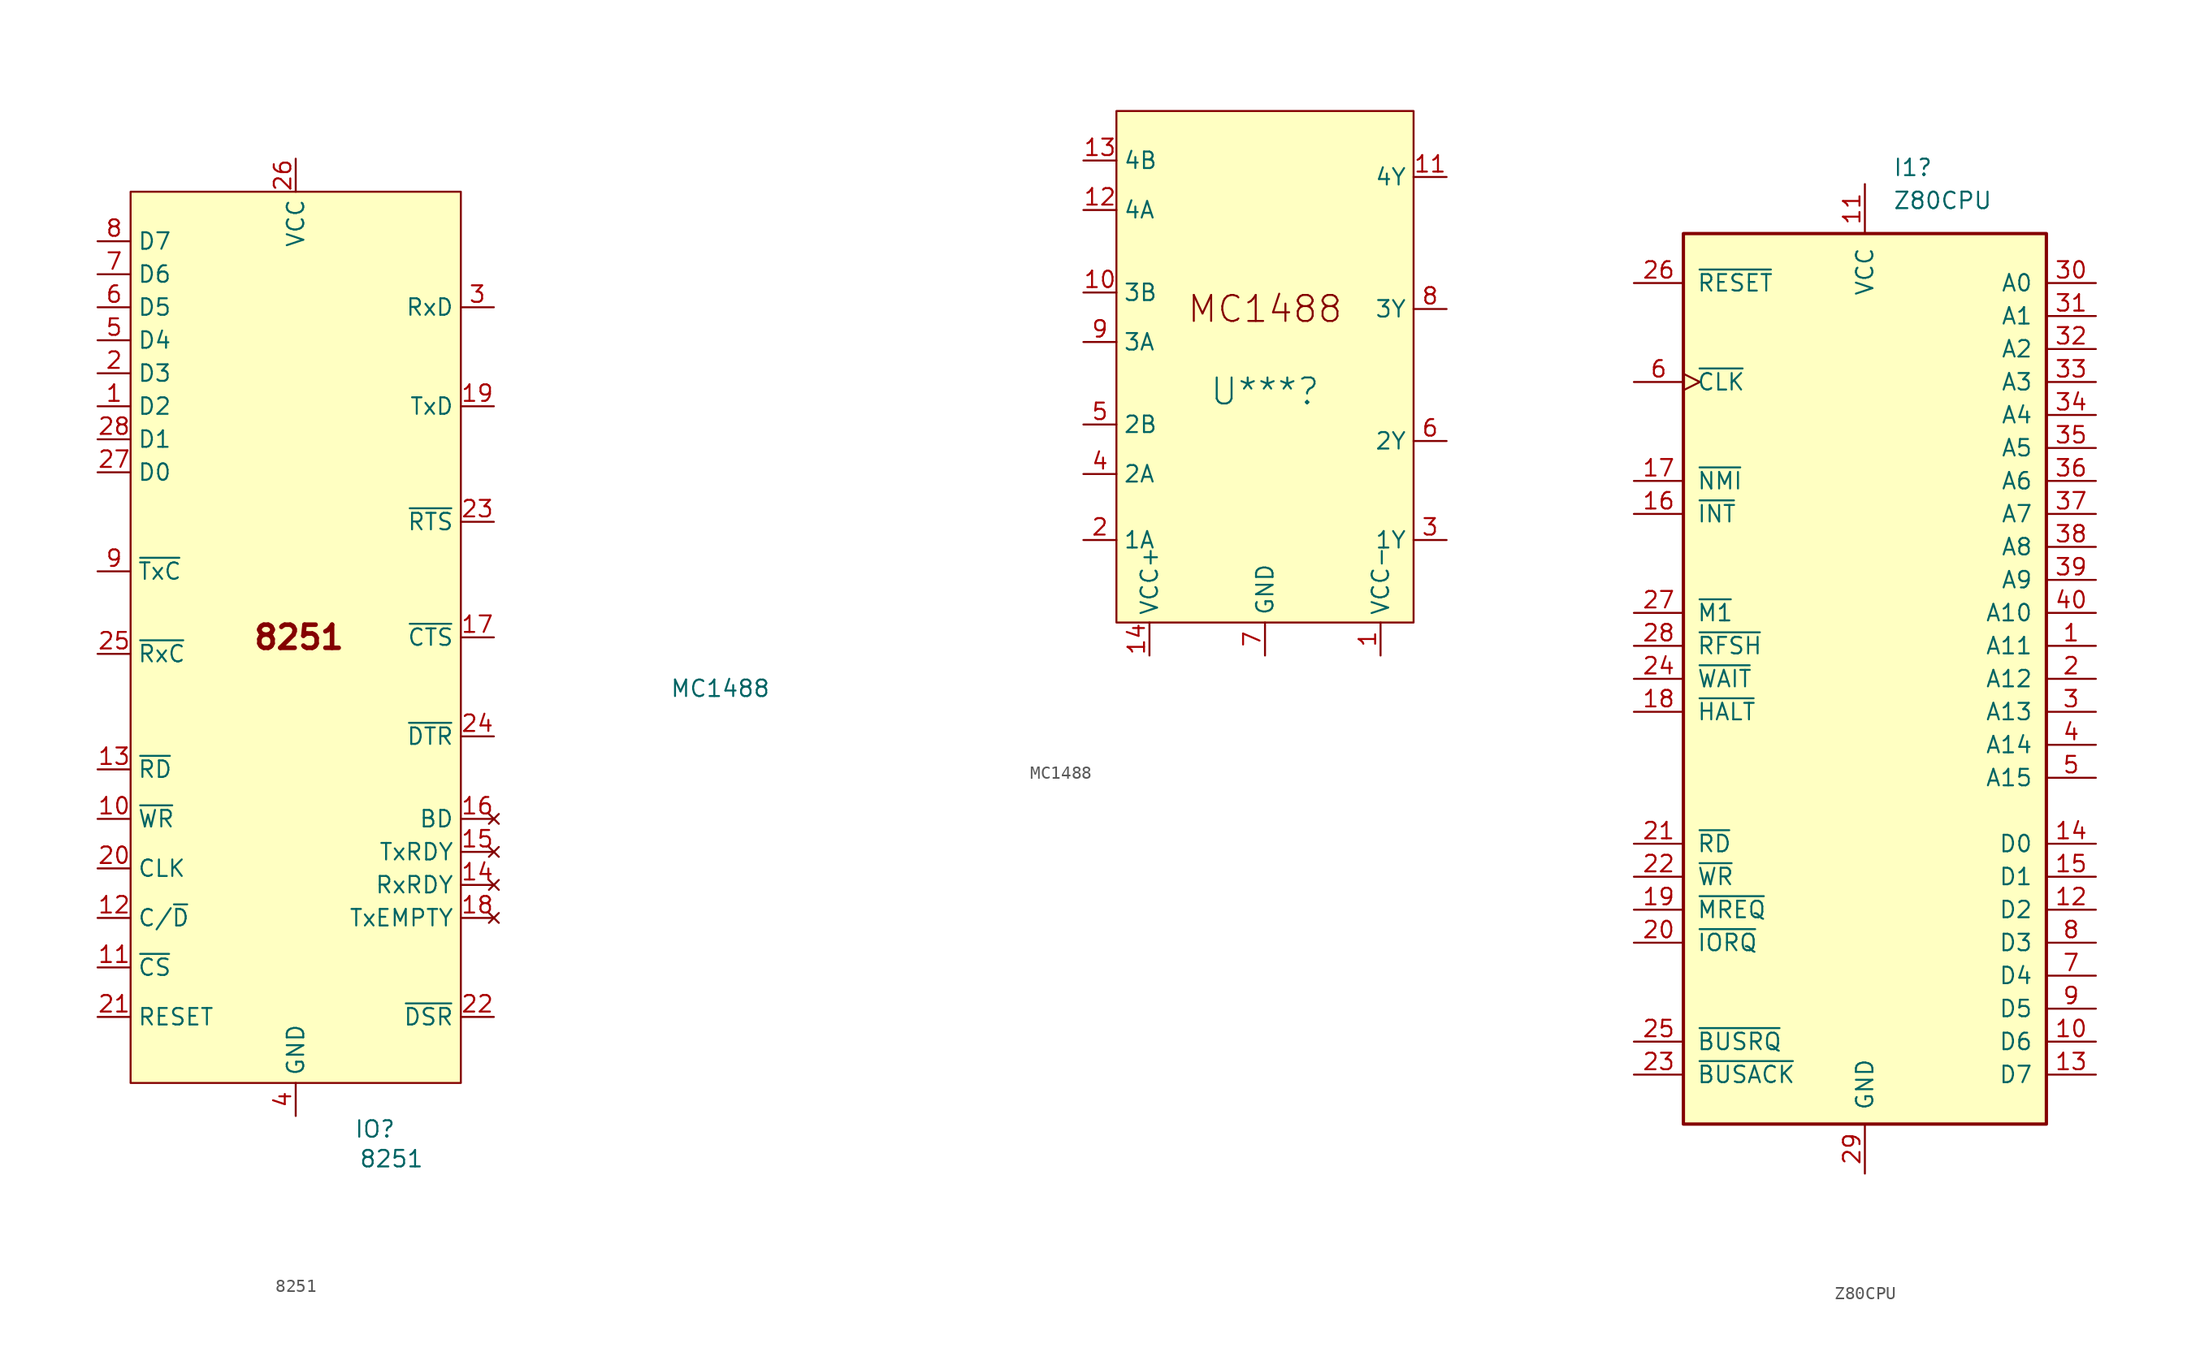
<source format=kicad_sym>
(kicad_symbol_lib
  (version 20241209)
  (generator "kicad_symbol_editor")
  (generator_version "9.0")
  (symbol "8251"
    (property "Reference" "IO"
      (at 6.096 -37.846 0)
      (effects (font (size 1.27 1.27))))
    (property "Value" "8251"
      (at 7.366 -40.132 0)
      (effects (font (size 1.27 1.27))))
    (symbol "8251_0_0"
      (pin bidirectional line (at -15.24 30.48 0) (length 2.54) (name "D7" (effects (font (size 1.27 1.27)))) (number "8" (effects (font (size 1.27 1.27)))))
      (pin bidirectional line (at -15.24 27.94 0) (length 2.54) (name "D6" (effects (font (size 1.27 1.27)))) (number "7" (effects (font (size 1.27 1.27)))))
      (pin bidirectional line (at -15.24 25.4 0) (length 2.54) (name "D5" (effects (font (size 1.27 1.27)))) (number "6" (effects (font (size 1.27 1.27)))))
      (pin bidirectional line (at -15.24 22.86 0) (length 2.54) (name "D4" (effects (font (size 1.27 1.27)))) (number "5" (effects (font (size 1.27 1.27)))))
      (pin bidirectional line (at -15.24 20.32 0) (length 2.54) (name "D3" (effects (font (size 1.27 1.27)))) (number "2" (effects (font (size 1.27 1.27)))))
      (pin bidirectional line (at -15.24 17.78 0) (length 2.54) (name "D2" (effects (font (size 1.27 1.27)))) (number "1" (effects (font (size 1.27 1.27)))))
      (pin bidirectional line (at -15.24 15.24 0) (length 2.54) (name "D1" (effects (font (size 1.27 1.27)))) (number "28" (effects (font (size 1.27 1.27)))))
      (pin bidirectional line (at -15.24 12.7 0) (length 2.54) (name "D0" (effects (font (size 1.27 1.27)))) (number "27" (effects (font (size 1.27 1.27)))))
      (pin input line (at -15.24 5.08 0) (length 2.54) (name "~{TxC}" (effects (font (size 1.27 1.27)))) (number "9" (effects (font (size 1.27 1.27)))))
      (pin input line (at -15.24 -1.27 0) (length 2.54) (name "~{RxC}" (effects (font (size 1.27 1.27)))) (number "25" (effects (font (size 1.27 1.27)))))
      (pin input line (at -15.24 -10.16 0) (length 2.54) (name "~{RD}" (effects (font (size 1.27 1.27)))) (number "13" (effects (font (size 1.27 1.27)))))
      (pin input line (at -15.24 -13.97 0) (length 2.54) (name "~{WR}" (effects (font (size 1.27 1.27)))) (number "10" (effects (font (size 1.27 1.27)))))
      (pin input line (at -15.24 -17.78 0) (length 2.54) (name "CLK" (effects (font (size 1.27 1.27)))) (number "20" (effects (font (size 1.27 1.27)))))
      (pin input line (at -15.24 -21.59 0) (length 2.54) (name "C/~{D}" (effects (font (size 1.27 1.27)))) (number "12" (effects (font (size 1.27 1.27)))))
      (pin input line (at -15.24 -25.4 0) (length 2.54) (name "~{CS}" (effects (font (size 1.27 1.27)))) (number "11" (effects (font (size 1.27 1.27)))))
      (pin input line (at -15.24 -29.21 0) (length 2.54) (name "RESET" (effects (font (size 1.27 1.27)))) (number "21" (effects (font (size 1.27 1.27)))))
      (pin power_in line (at 0 36.83 270) (length 2.54) (name "VCC" (effects (font (size 1.27 1.27)))) (number "26" (effects (font (size 1.27 1.27)))))
      (pin power_in line (at 0 -36.83 90) (length 2.54) (name "GND" (effects (font (size 1.27 1.27)))) (number "4" (effects (font (size 1.27 1.27)))))
      (pin input line (at 15.24 25.4 180) (length 2.54) (name "RxD" (effects (font (size 1.27 1.27)))) (number "3" (effects (font (size 1.27 1.27)))))
      (pin output line (at 15.24 17.78 180) (length 2.54) (name "TxD" (effects (font (size 1.27 1.27)))) (number "19" (effects (font (size 1.27 1.27)))))
      (pin output line (at 15.24 8.89 180) (length 2.54) (name "~{RTS}" (effects (font (size 1.27 1.27)))) (number "23" (effects (font (size 1.27 1.27)))))
      (pin input line (at 15.24 0 180) (length 2.54) (name "~{CTS}" (effects (font (size 1.27 1.27)))) (number "17" (effects (font (size 1.27 1.27)))))
      (pin output line (at 15.24 -7.62 180) (length 2.54) (name "~{DTR}" (effects (font (size 1.27 1.27)))) (number "24" (effects (font (size 1.27 1.27)))))
      (pin input line (at 15.24 -29.21 180) (length 2.54) (name "~{DSR}" (effects (font (size 1.27 1.27)))) (number "22" (effects (font (size 1.27 1.27))))))
    (symbol "8251_1_0"
      (pin no_connect line (at 15.24 -13.97 180) (length 2.54) (name "BD" (effects (font (size 1.27 1.27)))) (number "16" (effects (font (size 1.27 1.27)))))
      (pin no_connect line (at 15.24 -16.51 180) (length 2.54) (name "TxRDY" (effects (font (size 1.27 1.27)))) (number "15" (effects (font (size 1.27 1.27)))))
      (pin no_connect line (at 15.24 -19.05 180) (length 2.54) (name "RxRDY" (effects (font (size 1.27 1.27)))) (number "14" (effects (font (size 1.27 1.27)))))
      (pin no_connect line (at 15.24 -21.59 180) (length 2.54) (name "TxEMPTY" (effects (font (size 1.27 1.27)))) (number "18" (effects (font (size 1.27 1.27))))))
    (symbol "8251_1_1"
      (rectangle (start -12.7 34.29) (end 12.7 -34.29) (stroke (width 0) (type solid)) (fill (type background)))
      (text "8251" (at 0.254 0 0) (effects (font (size 1.778 1.778) (thickness 0.356) (bold yes))))))
  (symbol "MC1488"
    (property "Reference" "U***"
      (at 0 -2.54 0)
      (effects (font (size 2 2))))
    (property "Value" "MC1488"
      (at -41.91 -25.4 0)
      (effects (font (size 1.27 1.27))))
    (symbol "MC1488_0_0"
      (pin input line (at -13.97 15.24 0) (length 2.54) (name "4B" (effects (font (size 1.27 1.27)))) (number "13" (effects (font (size 1.27 1.27)))))
      (pin input line (at -13.97 11.43 0) (length 2.54) (name "4A" (effects (font (size 1.27 1.27)))) (number "12" (effects (font (size 1.27 1.27)))))
      (pin input line (at -13.97 5.08 0) (length 2.54) (name "3B" (effects (font (size 1.27 1.27)))) (number "10" (effects (font (size 1.27 1.27)))))
      (pin input line (at -13.97 1.27 0) (length 2.54) (name "3A" (effects (font (size 1.27 1.27)))) (number "9" (effects (font (size 1.27 1.27)))))
      (pin input line (at -13.97 -5.08 0) (length 2.54) (name "2B" (effects (font (size 1.27 1.27)))) (number "5" (effects (font (size 1.27 1.27)))))
      (pin input line (at -13.97 -8.89 0) (length 2.54) (name "2A" (effects (font (size 1.27 1.27)))) (number "4" (effects (font (size 1.27 1.27)))))
      (pin input line (at -13.97 -13.97 0) (length 2.54) (name "1A" (effects (font (size 1.27 1.27)))) (number "2" (effects (font (size 1.27 1.27)))))
      (pin power_in line (at -8.89 -22.86 90) (length 2.54) (name "VCC+" (effects (font (size 1.27 1.27)))) (number "14" (effects (font (size 1.27 1.27)))))
      (pin power_in line (at 0 -22.86 90) (length 2.54) (name "GND" (effects (font (size 1.27 1.27)))) (number "7" (effects (font (size 1.27 1.27)))))
      (pin power_in line (at 8.89 -22.86 90) (length 2.54) (name "VCC-" (effects (font (size 1.27 1.27)))) (number "1" (effects (font (size 1.27 1.27)))))
      (pin output line (at 13.97 13.97 180) (length 2.54) (name "4Y" (effects (font (size 1.27 1.27)))) (number "11" (effects (font (size 1.27 1.27)))))
      (pin output line (at 13.97 3.81 180) (length 2.54) (name "3Y" (effects (font (size 1.27 1.27)))) (number "8" (effects (font (size 1.27 1.27)))))
      (pin output line (at 13.97 -6.35 180) (length 2.54) (name "2Y" (effects (font (size 1.27 1.27)))) (number "6" (effects (font (size 1.27 1.27)))))
      (pin output line (at 13.97 -13.97 180) (length 2.54) (name "1Y" (effects (font (size 1.27 1.27)))) (number "3" (effects (font (size 1.27 1.27))))))
    (symbol "MC1488_1_1"
      (rectangle (start -11.43 19.05) (end 11.43 -20.32) (stroke (width 0) (type solid)) (fill (type background)))
      (text "MC1488" (at 0 3.81 0) (effects (font (size 2 2))))))
  (symbol "Z80CPU"
    (pin_names
      (offset 1.016))
    (property "Reference" "I1"
      (at 2.143 39.37 0)
      (effects (font (size 1.27 1.27)) (justify left)))
    (property "Value" "Z80CPU"
      (at 2.143 36.83 0)
      (effects (font (size 1.27 1.27)) (justify left)))
    (symbol "Z80CPU_0_1"
      (rectangle (start -13.97 34.29) (end 13.97 -34.29) (stroke (width 0.254) (type default)) (fill (type background))))
    (symbol "Z80CPU_1_1"
      (pin input line (at -17.78 30.48 0) (length 3.81) (name "~{RESET}" (effects (font (size 1.27 1.27)))) (number "26" (effects (font (size 1.27 1.27)))))
      (pin input clock (at -17.78 22.86 0) (length 3.81) (name "~{CLK}" (effects (font (size 1.27 1.27)))) (number "6" (effects (font (size 1.27 1.27)))))
      (pin input line (at -17.78 15.24 0) (length 3.81) (name "~{NMI}" (effects (font (size 1.27 1.27)))) (number "17" (effects (font (size 1.27 1.27)))))
      (pin input line (at -17.78 12.7 0) (length 3.81) (name "~{INT}" (effects (font (size 1.27 1.27)))) (number "16" (effects (font (size 1.27 1.27)))))
      (pin output line (at -17.78 5.08 0) (length 3.81) (name "~{M1}" (effects (font (size 1.27 1.27)))) (number "27" (effects (font (size 1.27 1.27)))))
      (pin output line (at -17.78 2.54 0) (length 3.81) (name "~{RFSH}" (effects (font (size 1.27 1.27)))) (number "28" (effects (font (size 1.27 1.27)))))
      (pin input line (at -17.78 0 0) (length 3.81) (name "~{WAIT}" (effects (font (size 1.27 1.27)))) (number "24" (effects (font (size 1.27 1.27)))))
      (pin output line (at -17.78 -2.54 0) (length 3.81) (name "~{HALT}" (effects (font (size 1.27 1.27)))) (number "18" (effects (font (size 1.27 1.27)))))
      (pin output line (at -17.78 -12.7 0) (length 3.81) (name "~{RD}" (effects (font (size 1.27 1.27)))) (number "21" (effects (font (size 1.27 1.27)))))
      (pin output line (at -17.78 -15.24 0) (length 3.81) (name "~{WR}" (effects (font (size 1.27 1.27)))) (number "22" (effects (font (size 1.27 1.27)))))
      (pin output line (at -17.78 -17.78 0) (length 3.81) (name "~{MREQ}" (effects (font (size 1.27 1.27)))) (number "19" (effects (font (size 1.27 1.27)))))
      (pin output line (at -17.78 -20.32 0) (length 3.81) (name "~{IORQ}" (effects (font (size 1.27 1.27)))) (number "20" (effects (font (size 1.27 1.27)))))
      (pin input line (at -17.78 -27.94 0) (length 3.81) (name "~{BUSRQ}" (effects (font (size 1.27 1.27)))) (number "25" (effects (font (size 1.27 1.27)))))
      (pin output line (at -17.78 -30.48 0) (length 3.81) (name "~{BUSACK}" (effects (font (size 1.27 1.27)))) (number "23" (effects (font (size 1.27 1.27)))))
      (pin power_in line (at 0 38.1 270) (length 3.81) (name "VCC" (effects (font (size 1.27 1.27)))) (number "11" (effects (font (size 1.27 1.27)))))
      (pin power_in line (at 0 -38.1 90) (length 3.81) (name "GND" (effects (font (size 1.27 1.27)))) (number "29" (effects (font (size 1.27 1.27)))))
      (pin output line (at 17.78 30.48 180) (length 3.81) (name "A0" (effects (font (size 1.27 1.27)))) (number "30" (effects (font (size 1.27 1.27)))))
      (pin output line (at 17.78 27.94 180) (length 3.81) (name "A1" (effects (font (size 1.27 1.27)))) (number "31" (effects (font (size 1.27 1.27)))))
      (pin output line (at 17.78 25.4 180) (length 3.81) (name "A2" (effects (font (size 1.27 1.27)))) (number "32" (effects (font (size 1.27 1.27)))))
      (pin output line (at 17.78 22.86 180) (length 3.81) (name "A3" (effects (font (size 1.27 1.27)))) (number "33" (effects (font (size 1.27 1.27)))))
      (pin output line (at 17.78 20.32 180) (length 3.81) (name "A4" (effects (font (size 1.27 1.27)))) (number "34" (effects (font (size 1.27 1.27)))))
      (pin output line (at 17.78 17.78 180) (length 3.81) (name "A5" (effects (font (size 1.27 1.27)))) (number "35" (effects (font (size 1.27 1.27)))))
      (pin output line (at 17.78 15.24 180) (length 3.81) (name "A6" (effects (font (size 1.27 1.27)))) (number "36" (effects (font (size 1.27 1.27)))))
      (pin output line (at 17.78 12.7 180) (length 3.81) (name "A7" (effects (font (size 1.27 1.27)))) (number "37" (effects (font (size 1.27 1.27)))))
      (pin output line (at 17.78 10.16 180) (length 3.81) (name "A8" (effects (font (size 1.27 1.27)))) (number "38" (effects (font (size 1.27 1.27)))))
      (pin output line (at 17.78 7.62 180) (length 3.81) (name "A9" (effects (font (size 1.27 1.27)))) (number "39" (effects (font (size 1.27 1.27)))))
      (pin output line (at 17.78 5.08 180) (length 3.81) (name "A10" (effects (font (size 1.27 1.27)))) (number "40" (effects (font (size 1.27 1.27)))))
      (pin output line (at 17.78 2.54 180) (length 3.81) (name "A11" (effects (font (size 1.27 1.27)))) (number "1" (effects (font (size 1.27 1.27)))))
      (pin output line (at 17.78 0 180) (length 3.81) (name "A12" (effects (font (size 1.27 1.27)))) (number "2" (effects (font (size 1.27 1.27)))))
      (pin output line (at 17.78 -2.54 180) (length 3.81) (name "A13" (effects (font (size 1.27 1.27)))) (number "3" (effects (font (size 1.27 1.27)))))
      (pin output line (at 17.78 -5.08 180) (length 3.81) (name "A14" (effects (font (size 1.27 1.27)))) (number "4" (effects (font (size 1.27 1.27)))))
      (pin output line (at 17.78 -7.62 180) (length 3.81) (name "A15" (effects (font (size 1.27 1.27)))) (number "5" (effects (font (size 1.27 1.27)))))
      (pin bidirectional line (at 17.78 -12.7 180) (length 3.81) (name "D0" (effects (font (size 1.27 1.27)))) (number "14" (effects (font (size 1.27 1.27)))))
      (pin bidirectional line (at 17.78 -15.24 180) (length 3.81) (name "D1" (effects (font (size 1.27 1.27)))) (number "15" (effects (font (size 1.27 1.27)))))
      (pin bidirectional line (at 17.78 -17.78 180) (length 3.81) (name "D2" (effects (font (size 1.27 1.27)))) (number "12" (effects (font (size 1.27 1.27)))))
      (pin bidirectional line (at 17.78 -20.32 180) (length 3.81) (name "D3" (effects (font (size 1.27 1.27)))) (number "8" (effects (font (size 1.27 1.27)))))
      (pin bidirectional line (at 17.78 -22.86 180) (length 3.81) (name "D4" (effects (font (size 1.27 1.27)))) (number "7" (effects (font (size 1.27 1.27)))))
      (pin bidirectional line (at 17.78 -25.4 180) (length 3.81) (name "D5" (effects (font (size 1.27 1.27)))) (number "9" (effects (font (size 1.27 1.27)))))
      (pin bidirectional line (at 17.78 -27.94 180) (length 3.81) (name "D6" (effects (font (size 1.27 1.27)))) (number "10" (effects (font (size 1.27 1.27)))))
      (pin bidirectional line (at 17.78 -30.48 180) (length 3.81) (name "D7" (effects (font (size 1.27 1.27)))) (number "13" (effects (font (size 1.27 1.27))))))))
</source>
